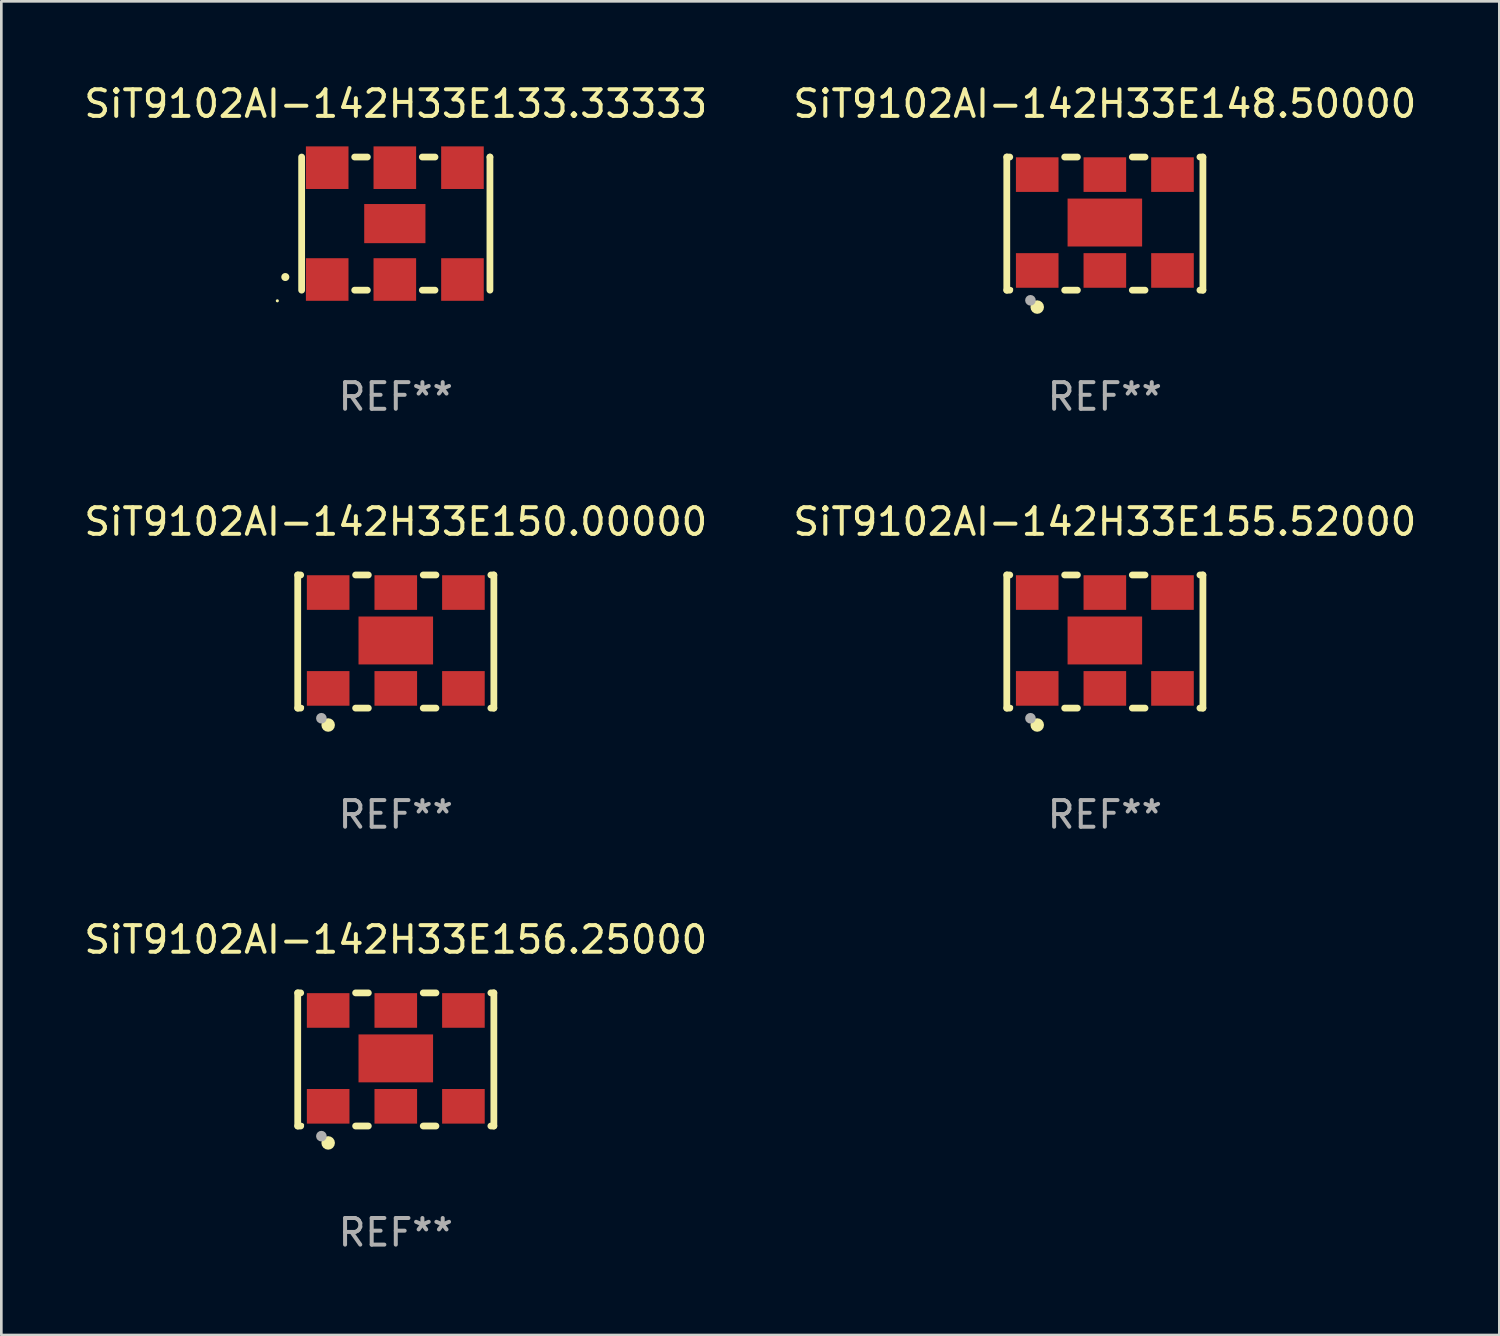
<source format=kicad_pcb>
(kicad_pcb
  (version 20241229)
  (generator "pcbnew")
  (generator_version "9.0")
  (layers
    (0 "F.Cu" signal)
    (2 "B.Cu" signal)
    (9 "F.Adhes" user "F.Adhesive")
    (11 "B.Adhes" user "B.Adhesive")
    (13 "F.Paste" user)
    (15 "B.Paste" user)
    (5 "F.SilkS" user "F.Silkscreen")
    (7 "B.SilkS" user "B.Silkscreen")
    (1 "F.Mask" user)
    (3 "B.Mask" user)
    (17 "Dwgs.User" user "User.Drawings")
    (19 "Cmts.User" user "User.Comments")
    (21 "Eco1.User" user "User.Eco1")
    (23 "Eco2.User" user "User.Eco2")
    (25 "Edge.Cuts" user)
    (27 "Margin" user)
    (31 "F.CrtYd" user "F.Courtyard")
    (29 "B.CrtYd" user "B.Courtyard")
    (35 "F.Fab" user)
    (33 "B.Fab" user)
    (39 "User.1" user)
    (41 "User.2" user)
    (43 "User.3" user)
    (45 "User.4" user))
  (footprint "SiT9102AI-142H33E150.00000"
    (layer "F.Cu")
    (at 11.815 21.045)
    (property "Reference" "SiT9102AI-142H33E150.00000" (at 0 -4.5 0) (layer "F.SilkS") (effects (font (size 1 1) (thickness 0.15))))
    (attr through_hole)
    (fp_line (start -3.683 -2.5) (end -3.571 -2.5) (stroke (width 0.254) (type solid)) (layer "F.SilkS"))
    (fp_line (start -3.683 2.5) (end -3.683 -2.5) (stroke (width 0.254) (type solid)) (layer "F.SilkS"))
    (fp_line (start -3.683 2.5) (end -3.571 2.5) (stroke (width 0.254) (type solid)) (layer "F.SilkS"))
    (fp_line (start -1.509 -2.5) (end -1.031 -2.5) (stroke (width 0.254) (type solid)) (layer "F.SilkS"))
    (fp_line (start -1.509 2.5) (end -1.031 2.5) (stroke (width 0.254) (type solid)) (layer "F.SilkS"))
    (fp_line (start 1.031 -2.5) (end 1.509 -2.5) (stroke (width 0.254) (type solid)) (layer "F.SilkS"))
    (fp_line (start 1.031 2.5) (end 1.509 2.5) (stroke (width 0.254) (type solid)) (layer "F.SilkS"))
    (fp_line (start 3.571 -2.5) (end 3.683 -2.5) (stroke (width 0.254) (type solid)) (layer "F.SilkS"))
    (fp_line (start 3.571 2.5) (end 3.683 2.5) (stroke (width 0.254) (type solid)) (layer "F.SilkS"))
    (fp_line (start 3.683 2.5) (end 3.683 -2.5) (stroke (width 0.254) (type solid)) (layer "F.SilkS"))
    (fp_circle (center -3.5 2.46) (end -3.47 2.46) (stroke (width 0.06) (type solid)) (fill no) (layer "F.SilkS"))
    (fp_circle (center -2.54 3.135) (end -2.413 3.135) (stroke (width 0.254) (type solid)) (fill no) (layer "F.SilkS"))
    (fp_circle (center -2.794 2.881) (end -2.694 2.881) (stroke (width 0.2) (type solid)) (fill no) (layer "F.Fab"))
    (fp_text user "REF**" (at 0 6.5 0) (layer "F.Fab") (effects (font (size 1 1) (thickness 0.15))))
    (pad "1" smd rect (at -2.54 1.76) (size 1.6 1.3) (layers "F.Cu" "F.Mask" "F.Paste"))
    (pad "2" smd rect (at 0 1.76) (size 1.6 1.3) (layers "F.Cu" "F.Mask" "F.Paste"))
    (pad "3" smd rect (at 2.54 1.76) (size 1.6 1.3) (layers "F.Cu" "F.Mask" "F.Paste"))
    (pad "4" smd rect (at 2.54 -1.84) (size 1.6 1.3) (layers "F.Cu" "F.Mask" "F.Paste"))
    (pad "5" smd rect (at 0 -1.84) (size 1.6 1.3) (layers "F.Cu" "F.Mask" "F.Paste"))
    (pad "6" smd rect (at -2.54 -1.84) (size 1.6 1.3) (layers "F.Cu" "F.Mask" "F.Paste"))
    (pad "7" smd rect (at 0 -0.04) (size 2.8 1.8) (layers "F.Cu" "F.Mask" "F.Paste")))
  (footprint "SiT9102AI-142H33E133.33333"
    (layer "F.Cu")
    (at 11.815 5.348)
    (property "Reference" "SiT9102AI-142H33E133.33333" (at 0 -4.5 0) (layer "F.SilkS") (effects (font (size 1 1) (thickness 0.15))))
    (attr through_hole)
    (fp_line (start -3.536 -2.5) (end -3.536 2.5) (stroke (width 0.254) (type solid)) (layer "F.SilkS"))
    (fp_line (start -1.544 2.5) (end -1.067 2.5) (stroke (width 0.254) (type solid)) (layer "F.SilkS"))
    (fp_line (start -1.067 -2.5) (end -1.544 -2.5) (stroke (width 0.254) (type solid)) (layer "F.SilkS"))
    (fp_line (start 0.996 2.5) (end 1.473 2.5) (stroke (width 0.254) (type solid)) (layer "F.SilkS"))
    (fp_line (start 1.473 -2.5) (end 0.996 -2.5) (stroke (width 0.254) (type solid)) (layer "F.SilkS"))
    (fp_line (start 3.536 -2.5) (end 3.536 -2.5) (stroke (width 0.254) (type solid)) (layer "F.SilkS"))
    (fp_line (start 3.536 2.5) (end 3.536 -2.5) (stroke (width 0.254) (type solid)) (layer "F.SilkS"))
    (fp_arc (start -4.150432 2.006604) (mid -4.149162 2.006599) (end -4.147892 2.006604) (stroke (width 0.3) (type solid)) (layer "F.SilkS"))
    (fp_circle (center -4.449 2.9) (end -4.419 2.9) (stroke (width 0.06) (type solid)) (fill no) (layer "F.SilkS"))
    (fp_text user "REF**" (at 0 6.5 0) (layer "F.Fab") (effects (font (size 1 1) (thickness 0.15))))
    (pad "1" smd rect (at -2.576 2.1) (size 1.6 1.6) (layers "F.Cu" "F.Mask" "F.Paste"))
    (pad "2" smd rect (at -0.036 2.1) (size 1.6 1.6) (layers "F.Cu" "F.Mask" "F.Paste"))
    (pad "3" smd rect (at 2.504 2.1) (size 1.6 1.6) (layers "F.Cu" "F.Mask" "F.Paste"))
    (pad "4" smd rect (at 2.504 -2.1) (size 1.6 1.6) (layers "F.Cu" "F.Mask" "F.Paste"))
    (pad "5" smd rect (at -0.036 -2.1) (size 1.6 1.6) (layers "F.Cu" "F.Mask" "F.Paste"))
    (pad "6" smd rect (at -2.576 -2.1) (size 1.6 1.6) (layers "F.Cu" "F.Mask" "F.Paste"))
    (pad "7" smd rect (at -0.036 0) (size 2.3 1.47) (layers "F.Cu" "F.Mask" "F.Paste")))
  (footprint "SiT9102AI-142H33E148.50000"
    (layer "F.Cu")
    (at 38.446 5.348)
    (property "Reference" "SiT9102AI-142H33E148.50000" (at 0 -4.5 0) (layer "F.SilkS") (effects (font (size 1 1) (thickness 0.15))))
    (attr through_hole)
    (fp_line (start -3.683 -2.5) (end -3.571 -2.5) (stroke (width 0.254) (type solid)) (layer "F.SilkS"))
    (fp_line (start -3.683 2.5) (end -3.683 -2.5) (stroke (width 0.254) (type solid)) (layer "F.SilkS"))
    (fp_line (start -3.683 2.5) (end -3.571 2.5) (stroke (width 0.254) (type solid)) (layer "F.SilkS"))
    (fp_line (start -1.509 -2.5) (end -1.031 -2.5) (stroke (width 0.254) (type solid)) (layer "F.SilkS"))
    (fp_line (start -1.509 2.5) (end -1.031 2.5) (stroke (width 0.254) (type solid)) (layer "F.SilkS"))
    (fp_line (start 1.031 -2.5) (end 1.509 -2.5) (stroke (width 0.254) (type solid)) (layer "F.SilkS"))
    (fp_line (start 1.031 2.5) (end 1.509 2.5) (stroke (width 0.254) (type solid)) (layer "F.SilkS"))
    (fp_line (start 3.571 -2.5) (end 3.683 -2.5) (stroke (width 0.254) (type solid)) (layer "F.SilkS"))
    (fp_line (start 3.571 2.5) (end 3.683 2.5) (stroke (width 0.254) (type solid)) (layer "F.SilkS"))
    (fp_line (start 3.683 2.5) (end 3.683 -2.5) (stroke (width 0.254) (type solid)) (layer "F.SilkS"))
    (fp_circle (center -3.5 2.46) (end -3.47 2.46) (stroke (width 0.06) (type solid)) (fill no) (layer "F.SilkS"))
    (fp_circle (center -2.54 3.135) (end -2.413 3.135) (stroke (width 0.254) (type solid)) (fill no) (layer "F.SilkS"))
    (fp_circle (center -2.794 2.881) (end -2.694 2.881) (stroke (width 0.2) (type solid)) (fill no) (layer "F.Fab"))
    (fp_text user "REF**" (at 0 6.5 0) (layer "F.Fab") (effects (font (size 1 1) (thickness 0.15))))
    (pad "1" smd rect (at -2.54 1.76) (size 1.6 1.3) (layers "F.Cu" "F.Mask" "F.Paste"))
    (pad "2" smd rect (at 0 1.76) (size 1.6 1.3) (layers "F.Cu" "F.Mask" "F.Paste"))
    (pad "3" smd rect (at 2.54 1.76) (size 1.6 1.3) (layers "F.Cu" "F.Mask" "F.Paste"))
    (pad "4" smd rect (at 2.54 -1.84) (size 1.6 1.3) (layers "F.Cu" "F.Mask" "F.Paste"))
    (pad "5" smd rect (at 0 -1.84) (size 1.6 1.3) (layers "F.Cu" "F.Mask" "F.Paste"))
    (pad "6" smd rect (at -2.54 -1.84) (size 1.6 1.3) (layers "F.Cu" "F.Mask" "F.Paste"))
    (pad "7" smd rect (at 0 -0.04) (size 2.8 1.8) (layers "F.Cu" "F.Mask" "F.Paste")))
  (footprint "SiT9102AI-142H33E155.52000"
    (layer "F.Cu")
    (at 38.446 21.045)
    (property "Reference" "SiT9102AI-142H33E155.52000" (at 0 -4.5 0) (layer "F.SilkS") (effects (font (size 1 1) (thickness 0.15))))
    (attr through_hole)
    (fp_line (start -3.683 -2.5) (end -3.571 -2.5) (stroke (width 0.254) (type solid)) (layer "F.SilkS"))
    (fp_line (start -3.683 2.5) (end -3.683 -2.5) (stroke (width 0.254) (type solid)) (layer "F.SilkS"))
    (fp_line (start -3.683 2.5) (end -3.571 2.5) (stroke (width 0.254) (type solid)) (layer "F.SilkS"))
    (fp_line (start -1.509 -2.5) (end -1.031 -2.5) (stroke (width 0.254) (type solid)) (layer "F.SilkS"))
    (fp_line (start -1.509 2.5) (end -1.031 2.5) (stroke (width 0.254) (type solid)) (layer "F.SilkS"))
    (fp_line (start 1.031 -2.5) (end 1.509 -2.5) (stroke (width 0.254) (type solid)) (layer "F.SilkS"))
    (fp_line (start 1.031 2.5) (end 1.509 2.5) (stroke (width 0.254) (type solid)) (layer "F.SilkS"))
    (fp_line (start 3.571 -2.5) (end 3.683 -2.5) (stroke (width 0.254) (type solid)) (layer "F.SilkS"))
    (fp_line (start 3.571 2.5) (end 3.683 2.5) (stroke (width 0.254) (type solid)) (layer "F.SilkS"))
    (fp_line (start 3.683 2.5) (end 3.683 -2.5) (stroke (width 0.254) (type solid)) (layer "F.SilkS"))
    (fp_circle (center -3.5 2.46) (end -3.47 2.46) (stroke (width 0.06) (type solid)) (fill no) (layer "F.SilkS"))
    (fp_circle (center -2.54 3.135) (end -2.413 3.135) (stroke (width 0.254) (type solid)) (fill no) (layer "F.SilkS"))
    (fp_circle (center -2.794 2.881) (end -2.694 2.881) (stroke (width 0.2) (type solid)) (fill no) (layer "F.Fab"))
    (fp_text user "REF**" (at 0 6.5 0) (layer "F.Fab") (effects (font (size 1 1) (thickness 0.15))))
    (pad "1" smd rect (at -2.54 1.76) (size 1.6 1.3) (layers "F.Cu" "F.Mask" "F.Paste"))
    (pad "2" smd rect (at 0 1.76) (size 1.6 1.3) (layers "F.Cu" "F.Mask" "F.Paste"))
    (pad "3" smd rect (at 2.54 1.76) (size 1.6 1.3) (layers "F.Cu" "F.Mask" "F.Paste"))
    (pad "4" smd rect (at 2.54 -1.84) (size 1.6 1.3) (layers "F.Cu" "F.Mask" "F.Paste"))
    (pad "5" smd rect (at 0 -1.84) (size 1.6 1.3) (layers "F.Cu" "F.Mask" "F.Paste"))
    (pad "6" smd rect (at -2.54 -1.84) (size 1.6 1.3) (layers "F.Cu" "F.Mask" "F.Paste"))
    (pad "7" smd rect (at 0 -0.04) (size 2.8 1.8) (layers "F.Cu" "F.Mask" "F.Paste")))
  (footprint "SiT9102AI-142H33E156.25000"
    (layer "F.Cu")
    (at 11.815 36.741)
    (property "Reference" "SiT9102AI-142H33E156.25000" (at 0 -4.5 0) (layer "F.SilkS") (effects (font (size 1 1) (thickness 0.15))))
    (attr through_hole)
    (fp_line (start -3.683 -2.5) (end -3.571 -2.5) (stroke (width 0.254) (type solid)) (layer "F.SilkS"))
    (fp_line (start -3.683 2.5) (end -3.683 -2.5) (stroke (width 0.254) (type solid)) (layer "F.SilkS"))
    (fp_line (start -3.683 2.5) (end -3.571 2.5) (stroke (width 0.254) (type solid)) (layer "F.SilkS"))
    (fp_line (start -1.509 -2.5) (end -1.031 -2.5) (stroke (width 0.254) (type solid)) (layer "F.SilkS"))
    (fp_line (start -1.509 2.5) (end -1.031 2.5) (stroke (width 0.254) (type solid)) (layer "F.SilkS"))
    (fp_line (start 1.031 -2.5) (end 1.509 -2.5) (stroke (width 0.254) (type solid)) (layer "F.SilkS"))
    (fp_line (start 1.031 2.5) (end 1.509 2.5) (stroke (width 0.254) (type solid)) (layer "F.SilkS"))
    (fp_line (start 3.571 -2.5) (end 3.683 -2.5) (stroke (width 0.254) (type solid)) (layer "F.SilkS"))
    (fp_line (start 3.571 2.5) (end 3.683 2.5) (stroke (width 0.254) (type solid)) (layer "F.SilkS"))
    (fp_line (start 3.683 2.5) (end 3.683 -2.5) (stroke (width 0.254) (type solid)) (layer "F.SilkS"))
    (fp_circle (center -3.5 2.46) (end -3.47 2.46) (stroke (width 0.06) (type solid)) (fill no) (layer "F.SilkS"))
    (fp_circle (center -2.54 3.135) (end -2.413 3.135) (stroke (width 0.254) (type solid)) (fill no) (layer "F.SilkS"))
    (fp_circle (center -2.794 2.881) (end -2.694 2.881) (stroke (width 0.2) (type solid)) (fill no) (layer "F.Fab"))
    (fp_text user "REF**" (at 0 6.5 0) (layer "F.Fab") (effects (font (size 1 1) (thickness 0.15))))
    (pad "1" smd rect (at -2.54 1.76) (size 1.6 1.3) (layers "F.Cu" "F.Mask" "F.Paste"))
    (pad "2" smd rect (at 0 1.76) (size 1.6 1.3) (layers "F.Cu" "F.Mask" "F.Paste"))
    (pad "3" smd rect (at 2.54 1.76) (size 1.6 1.3) (layers "F.Cu" "F.Mask" "F.Paste"))
    (pad "4" smd rect (at 2.54 -1.84) (size 1.6 1.3) (layers "F.Cu" "F.Mask" "F.Paste"))
    (pad "5" smd rect (at 0 -1.84) (size 1.6 1.3) (layers "F.Cu" "F.Mask" "F.Paste"))
    (pad "6" smd rect (at -2.54 -1.84) (size 1.6 1.3) (layers "F.Cu" "F.Mask" "F.Paste"))
    (pad "7" smd rect (at 0 -0.04) (size 2.8 1.8) (layers "F.Cu" "F.Mask" "F.Paste")))
  (gr_rect
    (start -3 -3)
    (end 53.262 47.09)
    (stroke (width 0.1) (type default))
    (fill no)
    (layer "Edge.Cuts")))
</source>
